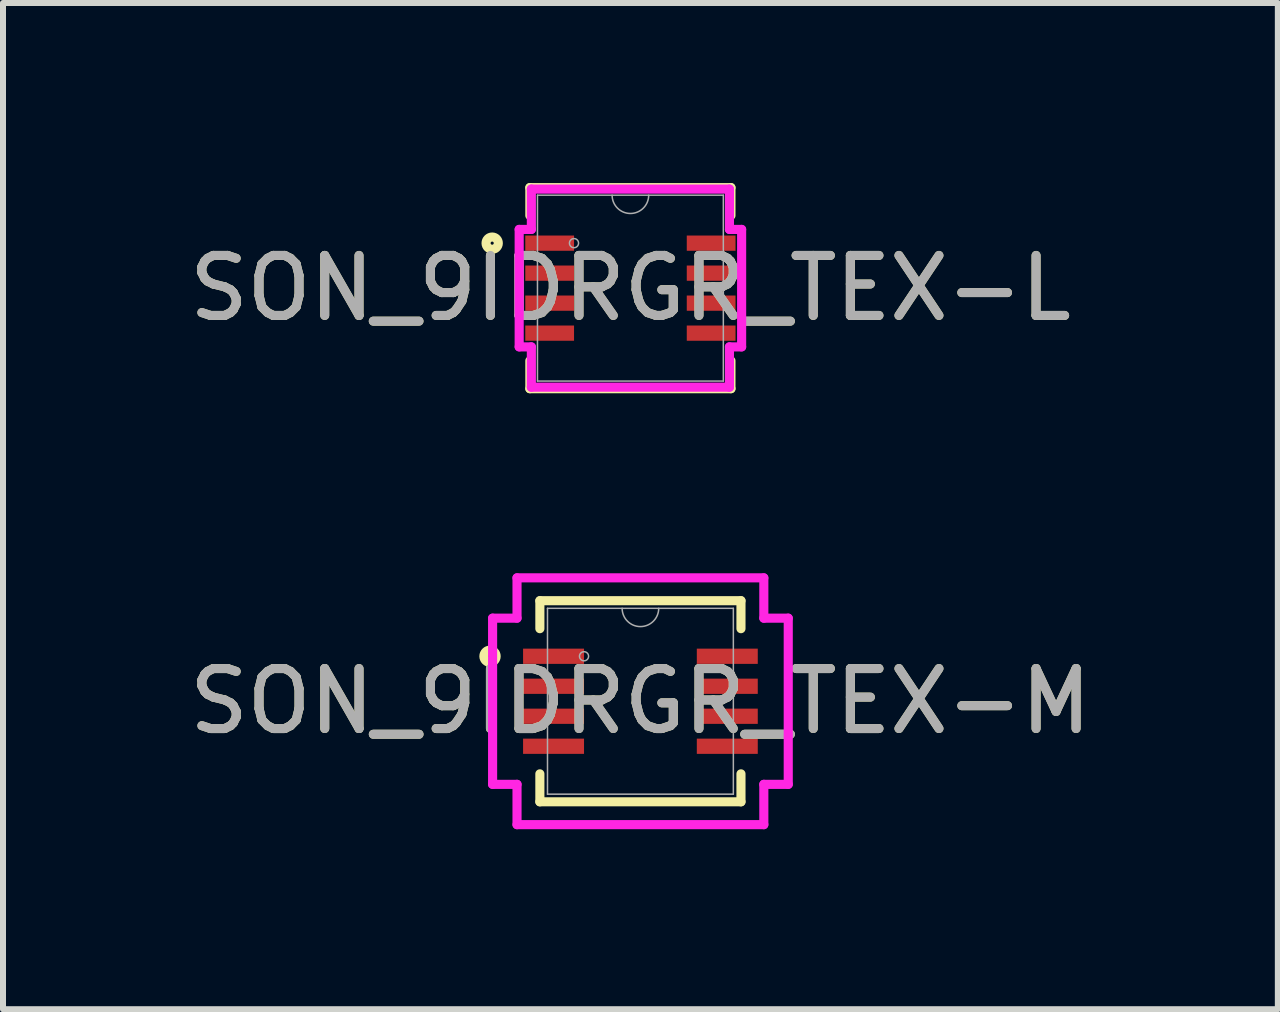
<source format=kicad_pcb>
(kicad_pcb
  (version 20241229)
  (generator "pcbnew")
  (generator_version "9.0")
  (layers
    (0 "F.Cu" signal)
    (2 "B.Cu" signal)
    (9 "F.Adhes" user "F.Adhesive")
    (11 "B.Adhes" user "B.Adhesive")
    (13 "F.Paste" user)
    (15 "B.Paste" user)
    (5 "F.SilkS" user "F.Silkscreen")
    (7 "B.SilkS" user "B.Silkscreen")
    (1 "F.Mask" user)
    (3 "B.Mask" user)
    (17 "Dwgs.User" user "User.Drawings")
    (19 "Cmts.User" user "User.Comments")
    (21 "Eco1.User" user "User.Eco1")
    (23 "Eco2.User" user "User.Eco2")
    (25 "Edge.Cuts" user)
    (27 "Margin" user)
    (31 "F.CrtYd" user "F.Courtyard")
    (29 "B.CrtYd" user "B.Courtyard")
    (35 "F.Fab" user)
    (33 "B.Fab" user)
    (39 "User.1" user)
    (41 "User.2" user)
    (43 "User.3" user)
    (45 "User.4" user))
  (footprint "SON_9IDRGR_TEX-M"
    (layer "F.Cu")
    (at 7.625 8.639)
    (property "Reference" "SON_9IDRGR_TEX-M" (at 0 0 0) (unlocked yes) (layer "F.SilkS") (effects (font (size 1 1) (thickness 0.15))))
    (attr smd)
    (fp_line (start -1.676 -1.676) (end -1.676 -1.21) (stroke (width 0.152) (type solid)) (layer "F.SilkS"))
    (fp_line (start -1.676 1.21) (end -1.676 1.676) (stroke (width 0.152) (type solid)) (layer "F.SilkS"))
    (fp_line (start -1.676 1.676) (end 1.676 1.676) (stroke (width 0.152) (type solid)) (layer "F.SilkS"))
    (fp_line (start 1.676 -1.676) (end -1.676 -1.676) (stroke (width 0.152) (type solid)) (layer "F.SilkS"))
    (fp_line (start 1.676 -1.21) (end 1.676 -1.676) (stroke (width 0.152) (type solid)) (layer "F.SilkS"))
    (fp_line (start 1.676 1.676) (end 1.676 1.21) (stroke (width 0.152) (type solid)) (layer "F.SilkS"))
    (fp_circle (center -2.507 -0.75) (end -2.405 -0.75) (stroke (width 0.152) (type solid)) (fill no) (layer "F.SilkS"))
    (fp_line (start -2.464 -1.385) (end -2.057 -1.385) (stroke (width 0.152) (type solid)) (layer "F.CrtYd"))
    (fp_line (start -2.464 1.385) (end -2.464 -1.385) (stroke (width 0.152) (type solid)) (layer "F.CrtYd"))
    (fp_line (start -2.464 1.385) (end -2.057 1.385) (stroke (width 0.152) (type solid)) (layer "F.CrtYd"))
    (fp_line (start -2.057 -2.057) (end 2.057 -2.057) (stroke (width 0.152) (type solid)) (layer "F.CrtYd"))
    (fp_line (start -2.057 -1.385) (end -2.057 -2.057) (stroke (width 0.152) (type solid)) (layer "F.CrtYd"))
    (fp_line (start -2.057 2.057) (end -2.057 1.385) (stroke (width 0.152) (type solid)) (layer "F.CrtYd"))
    (fp_line (start 2.057 -2.057) (end 2.057 -1.385) (stroke (width 0.152) (type solid)) (layer "F.CrtYd"))
    (fp_line (start 2.057 1.385) (end 2.057 2.057) (stroke (width 0.152) (type solid)) (layer "F.CrtYd"))
    (fp_line (start 2.057 2.057) (end -2.057 2.057) (stroke (width 0.152) (type solid)) (layer "F.CrtYd"))
    (fp_line (start 2.464 -1.385) (end 2.057 -1.385) (stroke (width 0.152) (type solid)) (layer "F.CrtYd"))
    (fp_line (start 2.464 -1.385) (end 2.464 1.385) (stroke (width 0.152) (type solid)) (layer "F.CrtYd"))
    (fp_line (start 2.464 1.385) (end 2.057 1.385) (stroke (width 0.152) (type solid)) (layer "F.CrtYd"))
    (fp_line (start -1.549 -1.549) (end -1.549 1.549) (stroke (width 0.025) (type solid)) (layer "F.Fab"))
    (fp_line (start -1.549 1.549) (end 1.549 1.549) (stroke (width 0.025) (type solid)) (layer "F.Fab"))
    (fp_line (start 1.549 -1.549) (end -1.549 -1.549) (stroke (width 0.025) (type solid)) (layer "F.Fab"))
    (fp_line (start 1.549 1.549) (end 1.549 -1.549) (stroke (width 0.025) (type solid)) (layer "F.Fab"))
    (fp_arc (start 0.3048 -1.5494) (mid 0 -1.2446) (end -0.3048 -1.5494) (stroke (width 0.0254) (type solid)) (layer "F.Fab"))
    (fp_circle (center -0.94 -0.75) (end -0.864 -0.75) (stroke (width 0.025) (type solid)) (fill no) (layer "F.Fab"))
    (fp_text user "${REFERENCE}" (at 0 0 0) (unlocked yes) (layer "F.Fab") (effects (font (size 1 1) (thickness 0.15))))
    (pad "1" smd rect (at -1.448 -0.75) (size 1.016 0.254) (layers "F.Cu" "F.Mask" "F.Paste"))
    (pad "2" smd rect (at -1.448 -0.25) (size 1.016 0.254) (layers "F.Cu" "F.Mask" "F.Paste"))
    (pad "3" smd rect (at -1.448 0.25) (size 1.016 0.254) (layers "F.Cu" "F.Mask" "F.Paste"))
    (pad "4" smd rect (at -1.448 0.75) (size 1.016 0.254) (layers "F.Cu" "F.Mask" "F.Paste"))
    (pad "5" smd rect (at 1.448 0.75) (size 1.016 0.254) (layers "F.Cu" "F.Mask" "F.Paste"))
    (pad "6" smd rect (at 1.448 0.25) (size 1.016 0.254) (layers "F.Cu" "F.Mask" "F.Paste"))
    (pad "7" smd rect (at 1.448 -0.25) (size 1.016 0.254) (layers "F.Cu" "F.Mask" "F.Paste"))
    (pad "8" smd rect (at 1.448 -0.75) (size 1.016 0.254) (layers "F.Cu" "F.Mask" "F.Paste")))
  (footprint "SON_9IDRGR_TEX-L"
    (layer "F.Cu")
    (at 7.458 1.753)
    (property "Reference" "SON_9IDRGR_TEX-L" (at 0 0 0) (unlocked yes) (layer "F.SilkS") (effects (font (size 1 1) (thickness 0.15))))
    (attr smd)
    (fp_line (start -1.676 -1.676) (end -1.676 -1.21) (stroke (width 0.152) (type solid)) (layer "F.SilkS"))
    (fp_line (start -1.676 1.21) (end -1.676 1.676) (stroke (width 0.152) (type solid)) (layer "F.SilkS"))
    (fp_line (start -1.676 1.676) (end 1.676 1.676) (stroke (width 0.152) (type solid)) (layer "F.SilkS"))
    (fp_line (start 1.676 -1.676) (end -1.676 -1.676) (stroke (width 0.152) (type solid)) (layer "F.SilkS"))
    (fp_line (start 1.676 -1.21) (end 1.676 -1.676) (stroke (width 0.152) (type solid)) (layer "F.SilkS"))
    (fp_line (start 1.676 1.676) (end 1.676 1.21) (stroke (width 0.152) (type solid)) (layer "F.SilkS"))
    (fp_circle (center -2.304 -0.75) (end -2.202 -0.75) (stroke (width 0.152) (type solid)) (fill no) (layer "F.SilkS"))
    (fp_line (start -1.854 -0.979) (end -1.651 -0.979) (stroke (width 0.152) (type solid)) (layer "F.CrtYd"))
    (fp_line (start -1.854 0.979) (end -1.854 -0.979) (stroke (width 0.152) (type solid)) (layer "F.CrtYd"))
    (fp_line (start -1.854 0.979) (end -1.651 0.979) (stroke (width 0.152) (type solid)) (layer "F.CrtYd"))
    (fp_line (start -1.651 -1.651) (end 1.651 -1.651) (stroke (width 0.152) (type solid)) (layer "F.CrtYd"))
    (fp_line (start -1.651 -0.979) (end -1.651 -1.651) (stroke (width 0.152) (type solid)) (layer "F.CrtYd"))
    (fp_line (start -1.651 1.651) (end -1.651 0.979) (stroke (width 0.152) (type solid)) (layer "F.CrtYd"))
    (fp_line (start 1.651 -1.651) (end 1.651 -0.979) (stroke (width 0.152) (type solid)) (layer "F.CrtYd"))
    (fp_line (start 1.651 0.979) (end 1.651 1.651) (stroke (width 0.152) (type solid)) (layer "F.CrtYd"))
    (fp_line (start 1.651 1.651) (end -1.651 1.651) (stroke (width 0.152) (type solid)) (layer "F.CrtYd"))
    (fp_line (start 1.854 -0.979) (end 1.651 -0.979) (stroke (width 0.152) (type solid)) (layer "F.CrtYd"))
    (fp_line (start 1.854 -0.979) (end 1.854 0.979) (stroke (width 0.152) (type solid)) (layer "F.CrtYd"))
    (fp_line (start 1.854 0.979) (end 1.651 0.979) (stroke (width 0.152) (type solid)) (layer "F.CrtYd"))
    (fp_line (start -1.549 -1.549) (end -1.549 1.549) (stroke (width 0.025) (type solid)) (layer "F.Fab"))
    (fp_line (start -1.549 1.549) (end 1.549 1.549) (stroke (width 0.025) (type solid)) (layer "F.Fab"))
    (fp_line (start 1.549 -1.549) (end -1.549 -1.549) (stroke (width 0.025) (type solid)) (layer "F.Fab"))
    (fp_line (start 1.549 1.549) (end 1.549 -1.549) (stroke (width 0.025) (type solid)) (layer "F.Fab"))
    (fp_arc (start 0.3048 -1.5494) (mid 0 -1.2446) (end -0.3048 -1.5494) (stroke (width 0.0254) (type solid)) (layer "F.Fab"))
    (fp_circle (center -0.94 -0.75) (end -0.864 -0.75) (stroke (width 0.025) (type solid)) (fill no) (layer "F.Fab"))
    (fp_text user "${REFERENCE}" (at 0 0 0) (unlocked yes) (layer "F.Fab") (effects (font (size 1 1) (thickness 0.15))))
    (pad "1" smd rect (at -1.346 -0.75) (size 0.813 0.254) (layers "F.Cu" "F.Mask" "F.Paste"))
    (pad "2" smd rect (at -1.346 -0.25) (size 0.813 0.254) (layers "F.Cu" "F.Mask" "F.Paste"))
    (pad "3" smd rect (at -1.346 0.25) (size 0.813 0.254) (layers "F.Cu" "F.Mask" "F.Paste"))
    (pad "4" smd rect (at -1.346 0.75) (size 0.813 0.254) (layers "F.Cu" "F.Mask" "F.Paste"))
    (pad "5" smd rect (at 1.346 0.75) (size 0.813 0.254) (layers "F.Cu" "F.Mask" "F.Paste"))
    (pad "6" smd rect (at 1.346 0.25) (size 0.813 0.254) (layers "F.Cu" "F.Mask" "F.Paste"))
    (pad "7" smd rect (at 1.346 -0.25) (size 0.813 0.254) (layers "F.Cu" "F.Mask" "F.Paste"))
    (pad "8" smd rect (at 1.346 -0.75) (size 0.813 0.254) (layers "F.Cu" "F.Mask" "F.Paste")))
  (gr_rect
    (start -3 -3)
    (end 18.25 13.772)
    (stroke (width 0.1) (type default))
    (fill no)
    (layer "Edge.Cuts")))
</source>
